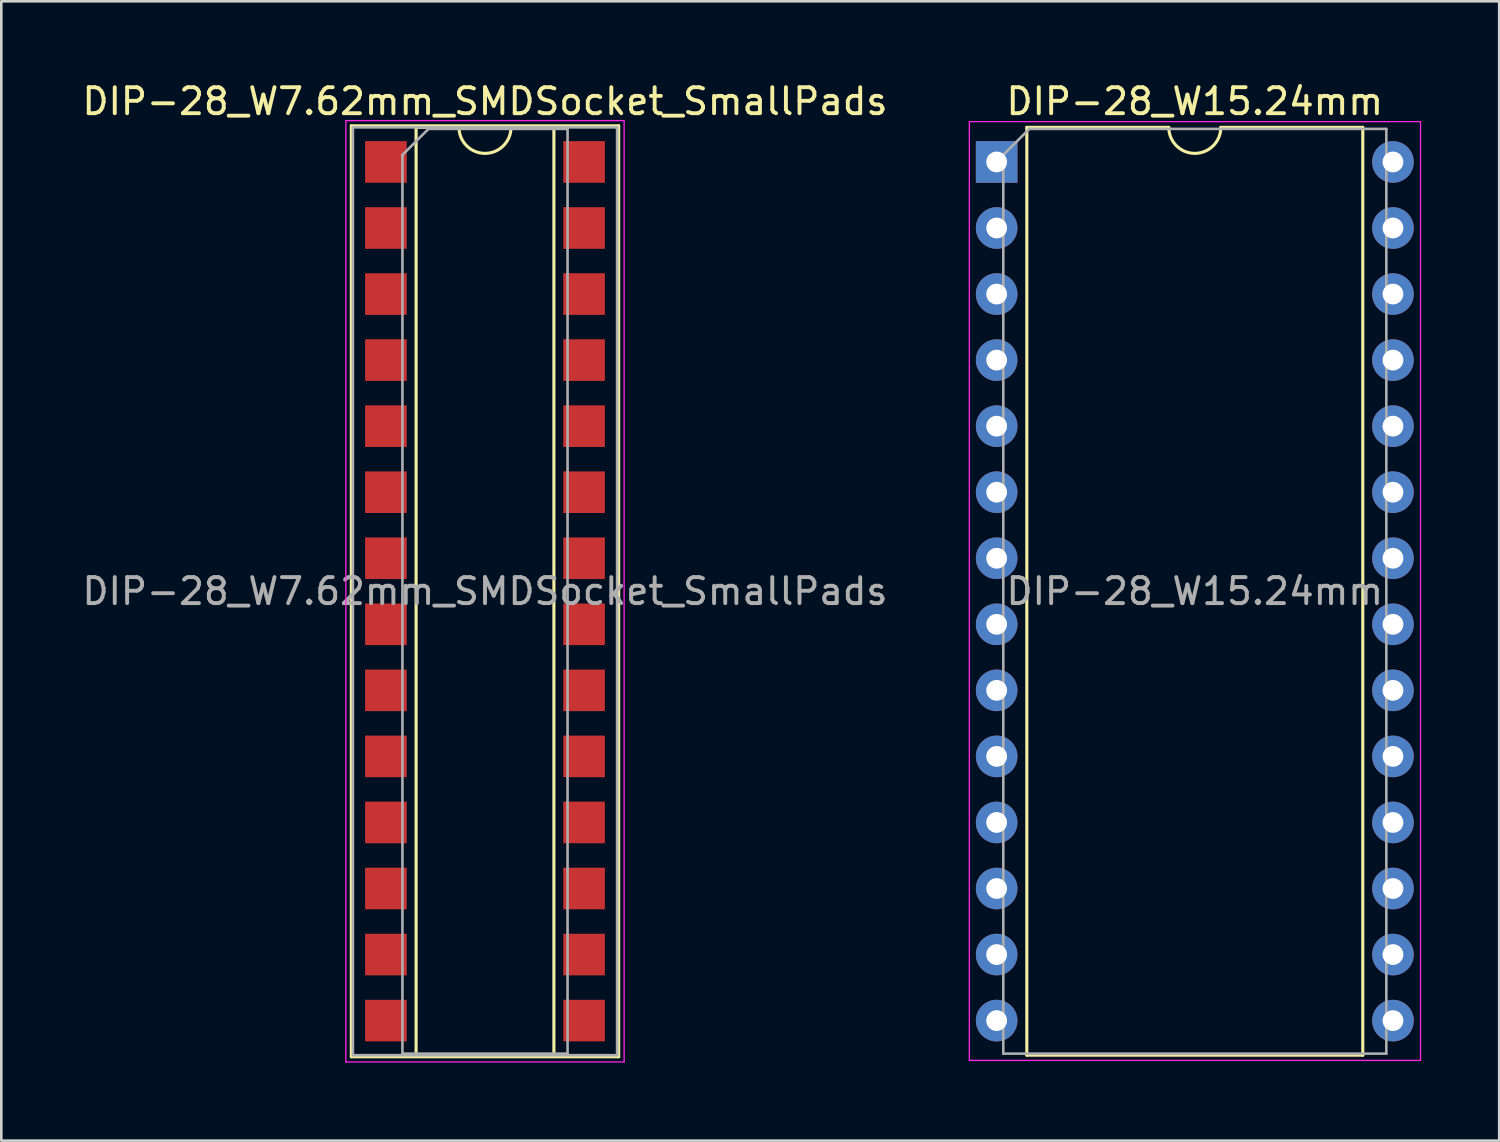
<source format=kicad_pcb>
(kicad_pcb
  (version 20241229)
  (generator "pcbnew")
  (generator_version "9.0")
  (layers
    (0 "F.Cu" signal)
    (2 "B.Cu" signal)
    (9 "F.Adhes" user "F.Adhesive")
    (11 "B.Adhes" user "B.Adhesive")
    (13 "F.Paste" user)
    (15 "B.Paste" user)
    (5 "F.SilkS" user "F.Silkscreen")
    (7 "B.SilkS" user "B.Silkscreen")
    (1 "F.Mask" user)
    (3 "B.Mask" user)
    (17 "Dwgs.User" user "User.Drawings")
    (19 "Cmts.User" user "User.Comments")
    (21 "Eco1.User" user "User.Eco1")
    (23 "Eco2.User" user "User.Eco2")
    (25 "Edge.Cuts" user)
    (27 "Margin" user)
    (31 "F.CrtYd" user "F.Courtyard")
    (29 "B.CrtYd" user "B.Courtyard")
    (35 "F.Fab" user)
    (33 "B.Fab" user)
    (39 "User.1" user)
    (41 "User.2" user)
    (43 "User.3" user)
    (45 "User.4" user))
  (footprint "DIP-28_W7.62mm_SMDSocket_SmallPads"
    (layer "F.Cu")
    (at 15.601 19.688)
    (property "Reference" "DIP-28_W7.62mm_SMDSocket_SmallPads" (at 0 -18.84 0) (layer "F.SilkS") (effects (font (size 1 1) (thickness 0.15))))
    (attr smd)
    (fp_line (start -5.14 -17.9) (end -5.14 17.9) (stroke (width 0.12) (type solid)) (layer "F.SilkS"))
    (fp_line (start -5.14 17.9) (end 5.14 17.9) (stroke (width 0.12) (type solid)) (layer "F.SilkS"))
    (fp_line (start -2.65 -17.84) (end -2.65 17.84) (stroke (width 0.12) (type solid)) (layer "F.SilkS"))
    (fp_line (start -2.65 17.84) (end 2.65 17.84) (stroke (width 0.12) (type solid)) (layer "F.SilkS"))
    (fp_line (start -1 -17.84) (end -2.65 -17.84) (stroke (width 0.12) (type solid)) (layer "F.SilkS"))
    (fp_line (start 2.65 -17.84) (end 1 -17.84) (stroke (width 0.12) (type solid)) (layer "F.SilkS"))
    (fp_line (start 2.65 17.84) (end 2.65 -17.84) (stroke (width 0.12) (type solid)) (layer "F.SilkS"))
    (fp_line (start 5.14 -17.9) (end -5.14 -17.9) (stroke (width 0.12) (type solid)) (layer "F.SilkS"))
    (fp_line (start 5.14 17.9) (end 5.14 -17.9) (stroke (width 0.12) (type solid)) (layer "F.SilkS"))
    (fp_arc (start 1 -17.84) (mid 0 -16.84) (end -1 -17.84) (stroke (width 0.12) (type solid)) (layer "F.SilkS"))
    (fp_line (start -5.35 -18.1) (end -5.35 18.1) (stroke (width 0.05) (type solid)) (layer "F.CrtYd"))
    (fp_line (start -5.35 18.1) (end 5.35 18.1) (stroke (width 0.05) (type solid)) (layer "F.CrtYd"))
    (fp_line (start 5.35 -18.1) (end -5.35 -18.1) (stroke (width 0.05) (type solid)) (layer "F.CrtYd"))
    (fp_line (start 5.35 18.1) (end 5.35 -18.1) (stroke (width 0.05) (type solid)) (layer "F.CrtYd"))
    (fp_line (start -5.08 -17.84) (end -5.08 17.84) (stroke (width 0.1) (type solid)) (layer "F.Fab"))
    (fp_line (start -5.08 17.84) (end 5.08 17.84) (stroke (width 0.1) (type solid)) (layer "F.Fab"))
    (fp_line (start -3.175 -16.78) (end -2.175 -17.78) (stroke (width 0.1) (type solid)) (layer "F.Fab"))
    (fp_line (start -3.175 17.78) (end -3.175 -16.78) (stroke (width 0.1) (type solid)) (layer "F.Fab"))
    (fp_line (start -2.175 -17.78) (end 3.175 -17.78) (stroke (width 0.1) (type solid)) (layer "F.Fab"))
    (fp_line (start 3.175 -17.78) (end 3.175 17.78) (stroke (width 0.1) (type solid)) (layer "F.Fab"))
    (fp_line (start 3.175 17.78) (end -3.175 17.78) (stroke (width 0.1) (type solid)) (layer "F.Fab"))
    (fp_line (start 5.08 -17.84) (end -5.08 -17.84) (stroke (width 0.1) (type solid)) (layer "F.Fab"))
    (fp_line (start 5.08 17.84) (end 5.08 -17.84) (stroke (width 0.1) (type solid)) (layer "F.Fab"))
    (fp_text user "${REFERENCE}" (at 0 0 0) (layer "F.Fab") (effects (font (size 1 1) (thickness 0.15))))
    (pad "1" smd rect (at -3.81 -16.51) (size 1.6 1.6) (layers "F.Cu" "F.Mask" "F.Paste"))
    (pad "2" smd rect (at -3.81 -13.97) (size 1.6 1.6) (layers "F.Cu" "F.Mask" "F.Paste"))
    (pad "3" smd rect (at -3.81 -11.43) (size 1.6 1.6) (layers "F.Cu" "F.Mask" "F.Paste"))
    (pad "4" smd rect (at -3.81 -8.89) (size 1.6 1.6) (layers "F.Cu" "F.Mask" "F.Paste"))
    (pad "5" smd rect (at -3.81 -6.35) (size 1.6 1.6) (layers "F.Cu" "F.Mask" "F.Paste"))
    (pad "6" smd rect (at -3.81 -3.81) (size 1.6 1.6) (layers "F.Cu" "F.Mask" "F.Paste"))
    (pad "7" smd rect (at -3.81 -1.27) (size 1.6 1.6) (layers "F.Cu" "F.Mask" "F.Paste"))
    (pad "8" smd rect (at -3.81 1.27) (size 1.6 1.6) (layers "F.Cu" "F.Mask" "F.Paste"))
    (pad "9" smd rect (at -3.81 3.81) (size 1.6 1.6) (layers "F.Cu" "F.Mask" "F.Paste"))
    (pad "10" smd rect (at -3.81 6.35) (size 1.6 1.6) (layers "F.Cu" "F.Mask" "F.Paste"))
    (pad "11" smd rect (at -3.81 8.89) (size 1.6 1.6) (layers "F.Cu" "F.Mask" "F.Paste"))
    (pad "12" smd rect (at -3.81 11.43) (size 1.6 1.6) (layers "F.Cu" "F.Mask" "F.Paste"))
    (pad "13" smd rect (at -3.81 13.97) (size 1.6 1.6) (layers "F.Cu" "F.Mask" "F.Paste"))
    (pad "14" smd rect (at -3.81 16.51) (size 1.6 1.6) (layers "F.Cu" "F.Mask" "F.Paste"))
    (pad "15" smd rect (at 3.81 16.51) (size 1.6 1.6) (layers "F.Cu" "F.Mask" "F.Paste"))
    (pad "16" smd rect (at 3.81 13.97) (size 1.6 1.6) (layers "F.Cu" "F.Mask" "F.Paste"))
    (pad "17" smd rect (at 3.81 11.43) (size 1.6 1.6) (layers "F.Cu" "F.Mask" "F.Paste"))
    (pad "18" smd rect (at 3.81 8.89) (size 1.6 1.6) (layers "F.Cu" "F.Mask" "F.Paste"))
    (pad "19" smd rect (at 3.81 6.35) (size 1.6 1.6) (layers "F.Cu" "F.Mask" "F.Paste"))
    (pad "20" smd rect (at 3.81 3.81) (size 1.6 1.6) (layers "F.Cu" "F.Mask" "F.Paste"))
    (pad "21" smd rect (at 3.81 1.27) (size 1.6 1.6) (layers "F.Cu" "F.Mask" "F.Paste"))
    (pad "22" smd rect (at 3.81 -1.27) (size 1.6 1.6) (layers "F.Cu" "F.Mask" "F.Paste"))
    (pad "23" smd rect (at 3.81 -3.81) (size 1.6 1.6) (layers "F.Cu" "F.Mask" "F.Paste"))
    (pad "24" smd rect (at 3.81 -6.35) (size 1.6 1.6) (layers "F.Cu" "F.Mask" "F.Paste"))
    (pad "25" smd rect (at 3.81 -8.89) (size 1.6 1.6) (layers "F.Cu" "F.Mask" "F.Paste"))
    (pad "26" smd rect (at 3.81 -11.43) (size 1.6 1.6) (layers "F.Cu" "F.Mask" "F.Paste"))
    (pad "27" smd rect (at 3.81 -13.97) (size 1.6 1.6) (layers "F.Cu" "F.Mask" "F.Paste"))
    (pad "28" smd rect (at 3.81 -16.51) (size 1.6 1.6) (layers "F.Cu" "F.Mask" "F.Paste")))
  (footprint "DIP-28_W15.24mm"
    (layer "F.Cu")
    (at 35.277 3.178)
    (property "Reference" "DIP-28_W15.24mm" (at 7.62 -2.33 0) (layer "F.SilkS") (effects (font (size 1 1) (thickness 0.15))))
    (attr through_hole)
    (fp_line (start 1.16 -1.33) (end 1.16 34.35) (stroke (width 0.12) (type solid)) (layer "F.SilkS"))
    (fp_line (start 1.16 34.35) (end 14.08 34.35) (stroke (width 0.12) (type solid)) (layer "F.SilkS"))
    (fp_line (start 6.62 -1.33) (end 1.16 -1.33) (stroke (width 0.12) (type solid)) (layer "F.SilkS"))
    (fp_line (start 14.08 -1.33) (end 8.62 -1.33) (stroke (width 0.12) (type solid)) (layer "F.SilkS"))
    (fp_line (start 14.08 34.35) (end 14.08 -1.33) (stroke (width 0.12) (type solid)) (layer "F.SilkS"))
    (fp_arc (start 8.62 -1.33) (mid 7.62 -0.33) (end 6.62 -1.33) (stroke (width 0.12) (type solid)) (layer "F.SilkS"))
    (fp_line (start -1.05 -1.55) (end -1.05 34.55) (stroke (width 0.05) (type solid)) (layer "F.CrtYd"))
    (fp_line (start -1.05 34.55) (end 16.3 34.55) (stroke (width 0.05) (type solid)) (layer "F.CrtYd"))
    (fp_line (start 16.3 -1.55) (end -1.05 -1.55) (stroke (width 0.05) (type solid)) (layer "F.CrtYd"))
    (fp_line (start 16.3 34.55) (end 16.3 -1.55) (stroke (width 0.05) (type solid)) (layer "F.CrtYd"))
    (fp_line (start 0.255 -0.27) (end 1.255 -1.27) (stroke (width 0.1) (type solid)) (layer "F.Fab"))
    (fp_line (start 0.255 34.29) (end 0.255 -0.27) (stroke (width 0.1) (type solid)) (layer "F.Fab"))
    (fp_line (start 1.255 -1.27) (end 14.985 -1.27) (stroke (width 0.1) (type solid)) (layer "F.Fab"))
    (fp_line (start 14.985 -1.27) (end 14.985 34.29) (stroke (width 0.1) (type solid)) (layer "F.Fab"))
    (fp_line (start 14.985 34.29) (end 0.255 34.29) (stroke (width 0.1) (type solid)) (layer "F.Fab"))
    (fp_text user "${REFERENCE}" (at 7.62 16.51 0) (layer "F.Fab") (effects (font (size 1 1) (thickness 0.15))))
    (pad "1" thru_hole rect (at 0 0) (size 1.6 1.6) (drill 0.8) (layers "*.Cu" "*.Mask"))
    (pad "2" thru_hole oval (at 0 2.54) (size 1.6 1.6) (drill 0.8) (layers "*.Cu" "*.Mask"))
    (pad "3" thru_hole oval (at 0 5.08) (size 1.6 1.6) (drill 0.8) (layers "*.Cu" "*.Mask"))
    (pad "4" thru_hole oval (at 0 7.62) (size 1.6 1.6) (drill 0.8) (layers "*.Cu" "*.Mask"))
    (pad "5" thru_hole oval (at 0 10.16) (size 1.6 1.6) (drill 0.8) (layers "*.Cu" "*.Mask"))
    (pad "6" thru_hole oval (at 0 12.7) (size 1.6 1.6) (drill 0.8) (layers "*.Cu" "*.Mask"))
    (pad "7" thru_hole oval (at 0 15.24) (size 1.6 1.6) (drill 0.8) (layers "*.Cu" "*.Mask"))
    (pad "8" thru_hole oval (at 0 17.78) (size 1.6 1.6) (drill 0.8) (layers "*.Cu" "*.Mask"))
    (pad "9" thru_hole oval (at 0 20.32) (size 1.6 1.6) (drill 0.8) (layers "*.Cu" "*.Mask"))
    (pad "10" thru_hole oval (at 0 22.86) (size 1.6 1.6) (drill 0.8) (layers "*.Cu" "*.Mask"))
    (pad "11" thru_hole oval (at 0 25.4) (size 1.6 1.6) (drill 0.8) (layers "*.Cu" "*.Mask"))
    (pad "12" thru_hole oval (at 0 27.94) (size 1.6 1.6) (drill 0.8) (layers "*.Cu" "*.Mask"))
    (pad "13" thru_hole oval (at 0 30.48) (size 1.6 1.6) (drill 0.8) (layers "*.Cu" "*.Mask"))
    (pad "14" thru_hole oval (at 0 33.02) (size 1.6 1.6) (drill 0.8) (layers "*.Cu" "*.Mask"))
    (pad "15" thru_hole oval (at 15.24 33.02) (size 1.6 1.6) (drill 0.8) (layers "*.Cu" "*.Mask"))
    (pad "16" thru_hole oval (at 15.24 30.48) (size 1.6 1.6) (drill 0.8) (layers "*.Cu" "*.Mask"))
    (pad "17" thru_hole oval (at 15.24 27.94) (size 1.6 1.6) (drill 0.8) (layers "*.Cu" "*.Mask"))
    (pad "18" thru_hole oval (at 15.24 25.4) (size 1.6 1.6) (drill 0.8) (layers "*.Cu" "*.Mask"))
    (pad "19" thru_hole oval (at 15.24 22.86) (size 1.6 1.6) (drill 0.8) (layers "*.Cu" "*.Mask"))
    (pad "20" thru_hole oval (at 15.24 20.32) (size 1.6 1.6) (drill 0.8) (layers "*.Cu" "*.Mask"))
    (pad "21" thru_hole oval (at 15.24 17.78) (size 1.6 1.6) (drill 0.8) (layers "*.Cu" "*.Mask"))
    (pad "22" thru_hole oval (at 15.24 15.24) (size 1.6 1.6) (drill 0.8) (layers "*.Cu" "*.Mask"))
    (pad "23" thru_hole oval (at 15.24 12.7) (size 1.6 1.6) (drill 0.8) (layers "*.Cu" "*.Mask"))
    (pad "24" thru_hole oval (at 15.24 10.16) (size 1.6 1.6) (drill 0.8) (layers "*.Cu" "*.Mask"))
    (pad "25" thru_hole oval (at 15.24 7.62) (size 1.6 1.6) (drill 0.8) (layers "*.Cu" "*.Mask"))
    (pad "26" thru_hole oval (at 15.24 5.08) (size 1.6 1.6) (drill 0.8) (layers "*.Cu" "*.Mask"))
    (pad "27" thru_hole oval (at 15.24 2.54) (size 1.6 1.6) (drill 0.8) (layers "*.Cu" "*.Mask"))
    (pad "28" thru_hole oval (at 15.24 0) (size 1.6 1.6) (drill 0.8) (layers "*.Cu" "*.Mask")))
  (gr_rect
    (start -3 -3)
    (end 54.602 40.813)
    (stroke (width 0.1) (type default))
    (fill no)
    (layer "Edge.Cuts")))
</source>
